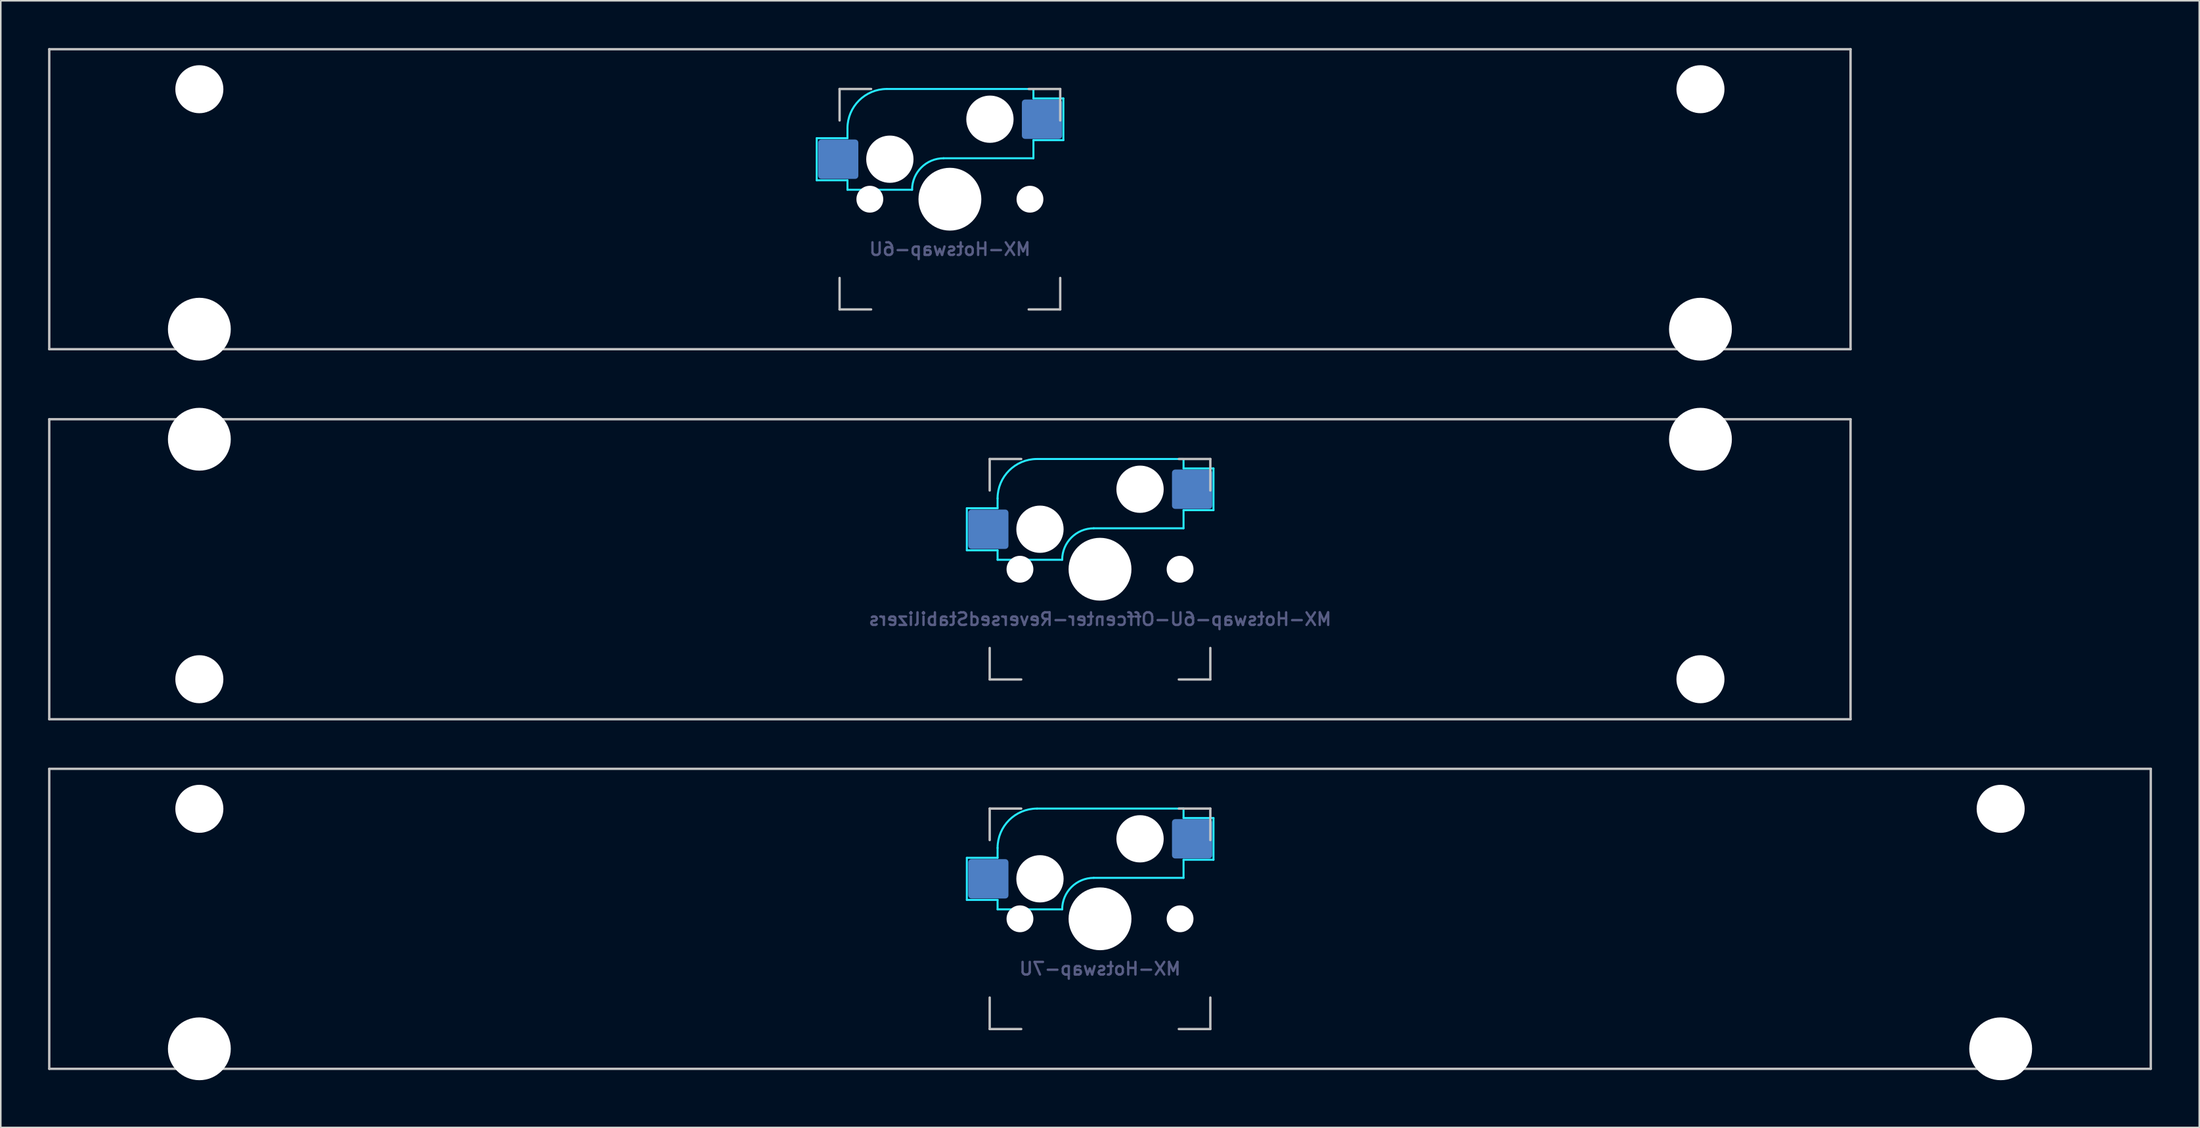
<source format=kicad_pcb>
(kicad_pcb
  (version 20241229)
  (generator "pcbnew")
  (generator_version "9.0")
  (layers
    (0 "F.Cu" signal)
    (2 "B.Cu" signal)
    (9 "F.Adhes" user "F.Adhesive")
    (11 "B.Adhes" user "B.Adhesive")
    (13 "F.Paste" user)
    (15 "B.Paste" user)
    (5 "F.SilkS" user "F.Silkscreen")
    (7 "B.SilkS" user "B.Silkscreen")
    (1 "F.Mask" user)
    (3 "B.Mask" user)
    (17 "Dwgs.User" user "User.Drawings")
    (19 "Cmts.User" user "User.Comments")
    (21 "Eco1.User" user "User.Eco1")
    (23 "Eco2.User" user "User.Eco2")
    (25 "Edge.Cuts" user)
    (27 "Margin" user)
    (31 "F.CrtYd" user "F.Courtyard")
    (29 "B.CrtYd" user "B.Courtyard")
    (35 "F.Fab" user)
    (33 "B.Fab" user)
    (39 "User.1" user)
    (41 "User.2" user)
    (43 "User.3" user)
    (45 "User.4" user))
  (footprint "MX-Hotswap-6U"
    (layer "F.Cu")
    (at 57.225 9.6)
    (property "Reference" "MX-Hotswap-6U" (at 0 3.175 0) (layer "B.Fab") (effects (font (size 0.8 0.8) (thickness 0.15)) (justify mirror)))
    (attr smd)
    (fp_line (start -57.15 9.525) (end -57.15 -9.525) (stroke (width 0.15) (type solid)) (layer "Dwgs.User"))
    (fp_line (start -7 -7) (end -7 -5) (stroke (width 0.15) (type solid)) (layer "Dwgs.User"))
    (fp_line (start -7 5) (end -7 7) (stroke (width 0.15) (type solid)) (layer "Dwgs.User"))
    (fp_line (start -7 7) (end -5 7) (stroke (width 0.15) (type solid)) (layer "Dwgs.User"))
    (fp_line (start -5 -7) (end -7 -7) (stroke (width 0.15) (type solid)) (layer "Dwgs.User"))
    (fp_line (start 5 -7) (end 7 -7) (stroke (width 0.15) (type solid)) (layer "Dwgs.User"))
    (fp_line (start 5 7) (end 7 7) (stroke (width 0.15) (type solid)) (layer "Dwgs.User"))
    (fp_line (start 7 -7) (end 7 -5) (stroke (width 0.15) (type solid)) (layer "Dwgs.User"))
    (fp_line (start 7 7) (end 7 5) (stroke (width 0.15) (type solid)) (layer "Dwgs.User"))
    (fp_line (start 57.15 -9.525) (end -57.15 -9.525) (stroke (width 0.15) (type solid)) (layer "Dwgs.User"))
    (fp_line (start 57.15 9.525) (end -57.15 9.525) (stroke (width 0.15) (type solid)) (layer "Dwgs.User"))
    (fp_line (start 57.15 9.525) (end 57.15 -9.525) (stroke (width 0.15) (type solid)) (layer "Dwgs.User"))
    (fp_line (start -8.45 -3.875) (end -8.45 -1.2) (stroke (width 0.127) (type solid)) (layer "B.CrtYd"))
    (fp_line (start -8.45 -1.2) (end -6.5 -1.2) (stroke (width 0.127) (type solid)) (layer "B.CrtYd"))
    (fp_line (start -6.5 -4.5) (end -6.5 -3.875) (stroke (width 0.127) (type solid)) (layer "B.CrtYd"))
    (fp_line (start -6.5 -3.875) (end -8.45 -3.875) (stroke (width 0.127) (type solid)) (layer "B.CrtYd"))
    (fp_line (start -6.5 -0.6) (end -6.5 -1.2) (stroke (width 0.127) (type solid)) (layer "B.CrtYd"))
    (fp_line (start -6.5 -0.6) (end -2.4 -0.6) (stroke (width 0.127) (type solid)) (layer "B.CrtYd"))
    (fp_line (start -0.4 -2.6) (end 5.3 -2.6) (stroke (width 0.127) (type solid)) (layer "B.CrtYd"))
    (fp_line (start 5.3 -7) (end -4 -7) (stroke (width 0.127) (type solid)) (layer "B.CrtYd"))
    (fp_line (start 5.3 -7) (end 5.3 -6.4) (stroke (width 0.127) (type solid)) (layer "B.CrtYd"))
    (fp_line (start 5.3 -6.4) (end 7.2 -6.4) (stroke (width 0.127) (type solid)) (layer "B.CrtYd"))
    (fp_line (start 5.3 -2.6) (end 5.3 -3.75) (stroke (width 0.127) (type solid)) (layer "B.CrtYd"))
    (fp_line (start 7.2 -6.4) (end 7.2 -3.75) (stroke (width 0.127) (type solid)) (layer "B.CrtYd"))
    (fp_line (start 7.2 -3.75) (end 5.3 -3.75) (stroke (width 0.127) (type solid)) (layer "B.CrtYd"))
    (fp_arc (start -6.5 -4.5) (mid -5.767767 -6.267767) (end -4 -7) (stroke (width 0.127) (type solid)) (layer "B.CrtYd"))
    (fp_arc (start -2.4 -0.6) (mid -1.814214 -2.014214) (end -0.4 -2.6) (stroke (width 0.127) (type solid)) (layer "B.CrtYd"))
    (pad "" np_thru_hole circle (at -47.625 -6.985) (size 3.048 3.048) (drill 3.048) (layers "*.Cu" "*.Mask"))
    (pad "" np_thru_hole circle (at -47.625 8.255) (size 3.988 3.988) (drill 3.988) (layers "*.Cu" "*.Mask"))
    (pad "" np_thru_hole circle (at -5.08 0 48.099) (size 1.702 1.702) (drill 1.702) (layers "*.Cu" "*.Mask"))
    (pad "" np_thru_hole circle (at -3.81 -2.54) (size 3 3) (drill 3) (layers "*.Cu" "*.Mask"))
    (pad "" np_thru_hole circle (at 0 0) (size 3.988 3.988) (drill 3.988) (layers "*.Cu" "*.Mask"))
    (pad "" np_thru_hole circle (at 2.54 -5.08) (size 3 3) (drill 3) (layers "*.Cu" "*.Mask"))
    (pad "" np_thru_hole circle (at 5.08 0 48.099) (size 1.702 1.702) (drill 1.702) (layers "*.Cu" "*.Mask"))
    (pad "" np_thru_hole circle (at 47.625 -6.985) (size 3.048 3.048) (drill 3.048) (layers "*.Cu" "*.Mask"))
    (pad "" np_thru_hole circle (at 47.625 8.255) (size 3.988 3.988) (drill 3.988) (layers "*.Cu" "*.Mask"))
    (pad "1" smd roundrect (at -7.085 -2.54) (size 2.55 2.5) (layers "B.Cu" "B.Mask" "B.Paste") (roundrect_rratio 0.08))
    (pad "2" smd roundrect (at 5.842 -5.08) (size 2.55 2.5) (layers "B.Cu" "B.Mask" "B.Paste") (roundrect_rratio 0.08)))
  (footprint "MX-Hotswap-7U"
    (layer "F.Cu")
    (at 66.75 55.298)
    (property "Reference" "MX-Hotswap-7U" (at 0 3.175 0) (layer "B.Fab") (effects (font (size 0.8 0.8) (thickness 0.15)) (justify mirror)))
    (attr smd)
    (fp_line (start -66.675 9.525) (end -66.675 -9.525) (stroke (width 0.15) (type solid)) (layer "Dwgs.User"))
    (fp_line (start -7 -7) (end -7 -5) (stroke (width 0.15) (type solid)) (layer "Dwgs.User"))
    (fp_line (start -7 5) (end -7 7) (stroke (width 0.15) (type solid)) (layer "Dwgs.User"))
    (fp_line (start -7 7) (end -5 7) (stroke (width 0.15) (type solid)) (layer "Dwgs.User"))
    (fp_line (start -5 -7) (end -7 -7) (stroke (width 0.15) (type solid)) (layer "Dwgs.User"))
    (fp_line (start 5 -7) (end 7 -7) (stroke (width 0.15) (type solid)) (layer "Dwgs.User"))
    (fp_line (start 5 7) (end 7 7) (stroke (width 0.15) (type solid)) (layer "Dwgs.User"))
    (fp_line (start 7 -7) (end 7 -5) (stroke (width 0.15) (type solid)) (layer "Dwgs.User"))
    (fp_line (start 7 7) (end 7 5) (stroke (width 0.15) (type solid)) (layer "Dwgs.User"))
    (fp_line (start 66.675 -9.525) (end -66.675 -9.525) (stroke (width 0.15) (type solid)) (layer "Dwgs.User"))
    (fp_line (start 66.675 9.525) (end -66.675 9.525) (stroke (width 0.15) (type solid)) (layer "Dwgs.User"))
    (fp_line (start 66.675 9.525) (end 66.675 -9.525) (stroke (width 0.15) (type solid)) (layer "Dwgs.User"))
    (fp_line (start -8.45 -3.875) (end -8.45 -1.2) (stroke (width 0.127) (type solid)) (layer "B.CrtYd"))
    (fp_line (start -8.45 -1.2) (end -6.5 -1.2) (stroke (width 0.127) (type solid)) (layer "B.CrtYd"))
    (fp_line (start -6.5 -4.5) (end -6.5 -3.875) (stroke (width 0.127) (type solid)) (layer "B.CrtYd"))
    (fp_line (start -6.5 -3.875) (end -8.45 -3.875) (stroke (width 0.127) (type solid)) (layer "B.CrtYd"))
    (fp_line (start -6.5 -0.6) (end -6.5 -1.2) (stroke (width 0.127) (type solid)) (layer "B.CrtYd"))
    (fp_line (start -6.5 -0.6) (end -2.4 -0.6) (stroke (width 0.127) (type solid)) (layer "B.CrtYd"))
    (fp_line (start -0.4 -2.6) (end 5.3 -2.6) (stroke (width 0.127) (type solid)) (layer "B.CrtYd"))
    (fp_line (start 5.3 -7) (end -4 -7) (stroke (width 0.127) (type solid)) (layer "B.CrtYd"))
    (fp_line (start 5.3 -7) (end 5.3 -6.4) (stroke (width 0.127) (type solid)) (layer "B.CrtYd"))
    (fp_line (start 5.3 -6.4) (end 7.2 -6.4) (stroke (width 0.127) (type solid)) (layer "B.CrtYd"))
    (fp_line (start 5.3 -2.6) (end 5.3 -3.75) (stroke (width 0.127) (type solid)) (layer "B.CrtYd"))
    (fp_line (start 7.2 -6.4) (end 7.2 -3.75) (stroke (width 0.127) (type solid)) (layer "B.CrtYd"))
    (fp_line (start 7.2 -3.75) (end 5.3 -3.75) (stroke (width 0.127) (type solid)) (layer "B.CrtYd"))
    (fp_arc (start -6.5 -4.5) (mid -5.767767 -6.267767) (end -4 -7) (stroke (width 0.127) (type solid)) (layer "B.CrtYd"))
    (fp_arc (start -2.4 -0.6) (mid -1.814214 -2.014214) (end -0.4 -2.6) (stroke (width 0.127) (type solid)) (layer "B.CrtYd"))
    (pad "" np_thru_hole circle (at -57.15 -6.985) (size 3.048 3.048) (drill 3.048) (layers "*.Cu" "*.Mask"))
    (pad "" np_thru_hole circle (at -57.15 8.255) (size 3.988 3.988) (drill 3.988) (layers "*.Cu" "*.Mask"))
    (pad "" np_thru_hole circle (at -5.08 0 48.099) (size 1.702 1.702) (drill 1.702) (layers "*.Cu" "*.Mask"))
    (pad "" np_thru_hole circle (at -3.81 -2.54) (size 3 3) (drill 3) (layers "*.Cu" "*.Mask"))
    (pad "" np_thru_hole circle (at 0 0) (size 3.988 3.988) (drill 3.988) (layers "*.Cu" "*.Mask"))
    (pad "" np_thru_hole circle (at 2.54 -5.08) (size 3 3) (drill 3) (layers "*.Cu" "*.Mask"))
    (pad "" np_thru_hole circle (at 5.08 0 48.099) (size 1.702 1.702) (drill 1.702) (layers "*.Cu" "*.Mask"))
    (pad "" np_thru_hole circle (at 57.15 -6.985) (size 3.048 3.048) (drill 3.048) (layers "*.Cu" "*.Mask"))
    (pad "" np_thru_hole circle (at 57.15 8.255) (size 3.988 3.988) (drill 3.988) (layers "*.Cu" "*.Mask"))
    (pad "1" smd roundrect (at -7.085 -2.54) (size 2.55 2.5) (layers "B.Cu" "B.Mask" "B.Paste") (roundrect_rratio 0.08))
    (pad "2" smd roundrect (at 5.842 -5.08) (size 2.55 2.5) (layers "B.Cu" "B.Mask" "B.Paste") (roundrect_rratio 0.08)))
  (footprint "MX-Hotswap-6U-Offcenter-ReversedStabilizers"
    (layer "F.Cu")
    (at 66.75 33.098)
    (property "Reference" "MX-Hotswap-6U-Offcenter-ReversedStabilizers" (at 0 3.175 0) (layer "B.Fab") (effects (font (size 0.8 0.8) (thickness 0.15)) (justify mirror)))
    (attr smd)
    (fp_line (start -66.675 -9.525) (end 47.625 -9.525) (stroke (width 0.15) (type solid)) (layer "Dwgs.User"))
    (fp_line (start -66.675 9.525) (end -66.675 -9.525) (stroke (width 0.15) (type solid)) (layer "Dwgs.User"))
    (fp_line (start -66.675 9.525) (end 47.625 9.525) (stroke (width 0.15) (type solid)) (layer "Dwgs.User"))
    (fp_line (start -7 -7) (end -7 -5) (stroke (width 0.15) (type solid)) (layer "Dwgs.User"))
    (fp_line (start -7 5) (end -7 7) (stroke (width 0.15) (type solid)) (layer "Dwgs.User"))
    (fp_line (start -7 7) (end -5 7) (stroke (width 0.15) (type solid)) (layer "Dwgs.User"))
    (fp_line (start -5 -7) (end -7 -7) (stroke (width 0.15) (type solid)) (layer "Dwgs.User"))
    (fp_line (start 5 -7) (end 7 -7) (stroke (width 0.15) (type solid)) (layer "Dwgs.User"))
    (fp_line (start 5 7) (end 7 7) (stroke (width 0.15) (type solid)) (layer "Dwgs.User"))
    (fp_line (start 7 -7) (end 7 -5) (stroke (width 0.15) (type solid)) (layer "Dwgs.User"))
    (fp_line (start 7 7) (end 7 5) (stroke (width 0.15) (type solid)) (layer "Dwgs.User"))
    (fp_line (start 47.625 9.525) (end 47.625 -9.525) (stroke (width 0.15) (type solid)) (layer "Dwgs.User"))
    (fp_line (start -8.45 -3.875) (end -8.45 -1.2) (stroke (width 0.127) (type solid)) (layer "B.CrtYd"))
    (fp_line (start -8.45 -1.2) (end -6.5 -1.2) (stroke (width 0.127) (type solid)) (layer "B.CrtYd"))
    (fp_line (start -6.5 -4.5) (end -6.5 -3.875) (stroke (width 0.127) (type solid)) (layer "B.CrtYd"))
    (fp_line (start -6.5 -3.875) (end -8.45 -3.875) (stroke (width 0.127) (type solid)) (layer "B.CrtYd"))
    (fp_line (start -6.5 -0.6) (end -6.5 -1.2) (stroke (width 0.127) (type solid)) (layer "B.CrtYd"))
    (fp_line (start -6.5 -0.6) (end -2.4 -0.6) (stroke (width 0.127) (type solid)) (layer "B.CrtYd"))
    (fp_line (start -0.4 -2.6) (end 5.3 -2.6) (stroke (width 0.127) (type solid)) (layer "B.CrtYd"))
    (fp_line (start 5.3 -7) (end -4 -7) (stroke (width 0.127) (type solid)) (layer "B.CrtYd"))
    (fp_line (start 5.3 -7) (end 5.3 -6.4) (stroke (width 0.127) (type solid)) (layer "B.CrtYd"))
    (fp_line (start 5.3 -6.4) (end 7.2 -6.4) (stroke (width 0.127) (type solid)) (layer "B.CrtYd"))
    (fp_line (start 5.3 -2.6) (end 5.3 -3.75) (stroke (width 0.127) (type solid)) (layer "B.CrtYd"))
    (fp_line (start 7.2 -6.4) (end 7.2 -3.75) (stroke (width 0.127) (type solid)) (layer "B.CrtYd"))
    (fp_line (start 7.2 -3.75) (end 5.3 -3.75) (stroke (width 0.127) (type solid)) (layer "B.CrtYd"))
    (fp_arc (start -6.5 -4.5) (mid -5.767767 -6.267767) (end -4 -7) (stroke (width 0.127) (type solid)) (layer "B.CrtYd"))
    (fp_arc (start -2.4 -0.6) (mid -1.814214 -2.014214) (end -0.4 -2.6) (stroke (width 0.127) (type solid)) (layer "B.CrtYd"))
    (pad "" np_thru_hole circle (at -57.15 -8.255) (size 3.988 3.988) (drill 3.988) (layers "*.Cu" "*.Mask"))
    (pad "" np_thru_hole circle (at -57.15 6.985) (size 3.048 3.048) (drill 3.048) (layers "*.Cu" "*.Mask"))
    (pad "" np_thru_hole circle (at -5.08 0 48.099) (size 1.702 1.702) (drill 1.702) (layers "*.Cu" "*.Mask"))
    (pad "" np_thru_hole circle (at -3.81 -2.54) (size 3 3) (drill 3) (layers "*.Cu" "*.Mask"))
    (pad "" np_thru_hole circle (at 0 0) (size 3.988 3.988) (drill 3.988) (layers "*.Cu" "*.Mask"))
    (pad "" np_thru_hole circle (at 2.54 -5.08) (size 3 3) (drill 3) (layers "*.Cu" "*.Mask"))
    (pad "" np_thru_hole circle (at 5.08 0 48.099) (size 1.702 1.702) (drill 1.702) (layers "*.Cu" "*.Mask"))
    (pad "" np_thru_hole circle (at 38.1 -8.255) (size 3.988 3.988) (drill 3.988) (layers "*.Cu" "*.Mask"))
    (pad "" np_thru_hole circle (at 38.1 6.985) (size 3.048 3.048) (drill 3.048) (layers "*.Cu" "*.Mask"))
    (pad "1" smd roundrect (at -7.085 -2.54) (size 2.55 2.5) (layers "B.Cu" "B.Mask" "B.Paste") (roundrect_rratio 0.08))
    (pad "2" smd roundrect (at 5.842 -5.08) (size 2.55 2.5) (layers "B.Cu" "B.Mask" "B.Paste") (roundrect_rratio 0.08)))
  (gr_rect
    (start -3 -3)
    (end 136.5 68.547)
    (stroke (width 0.1) (type default))
    (fill no)
    (layer "Edge.Cuts")))
</source>
